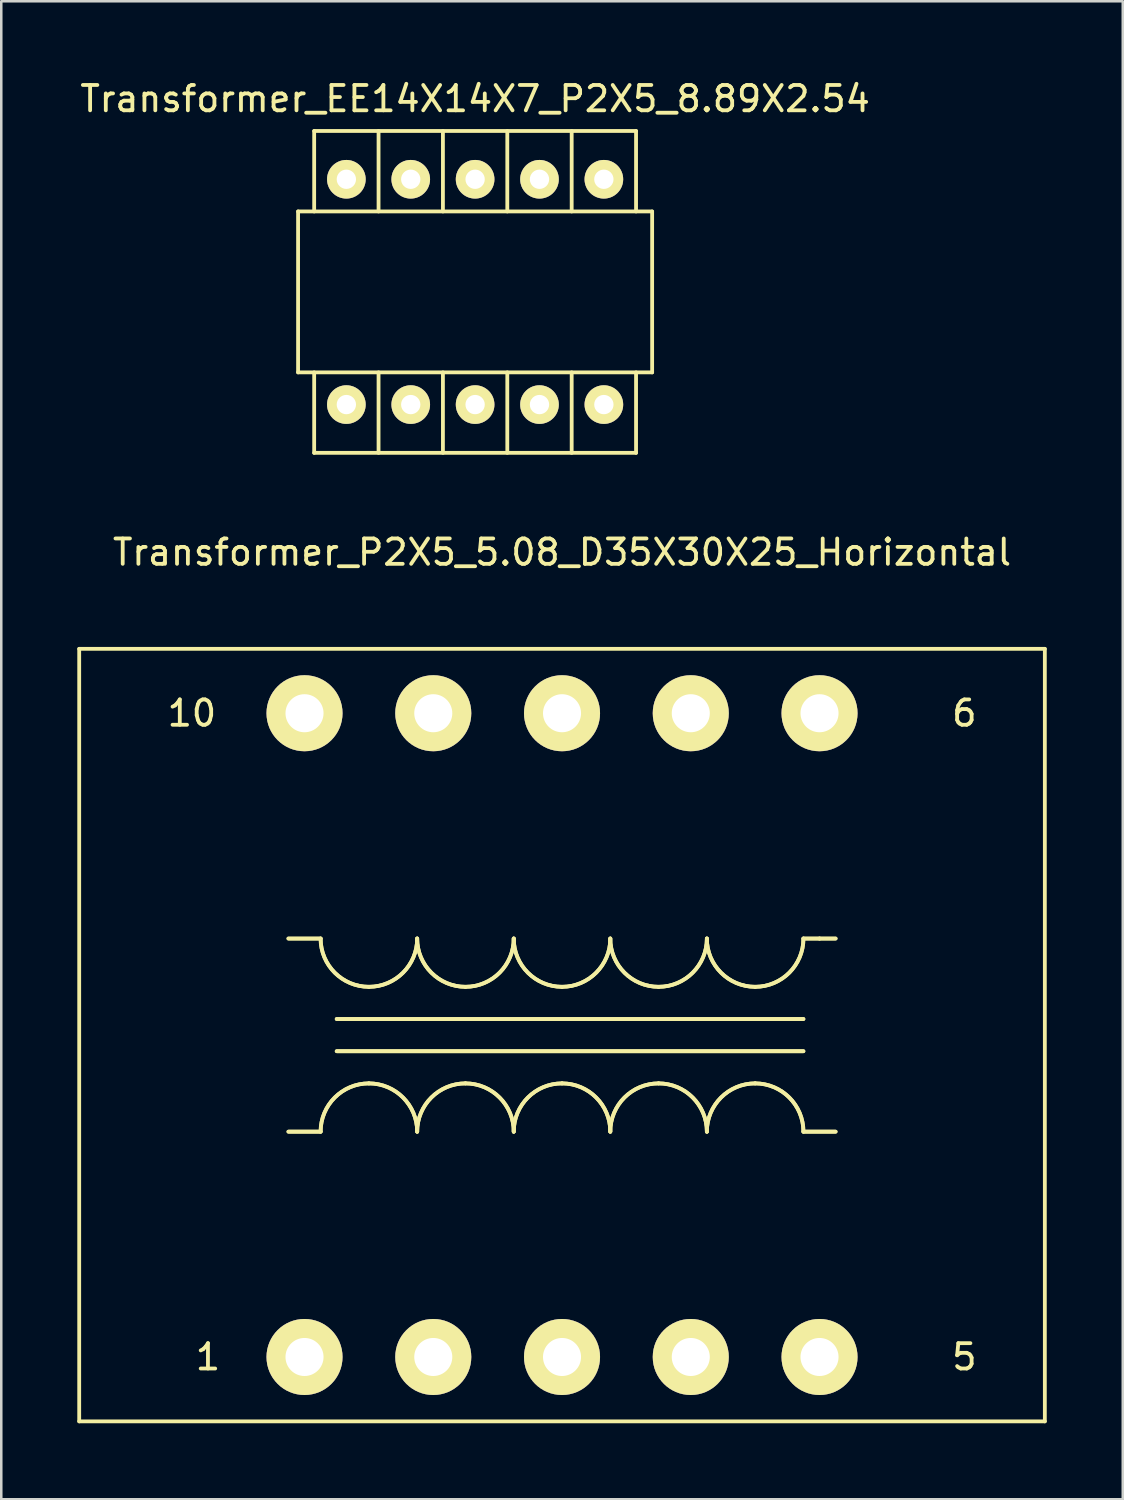
<source format=kicad_pcb>
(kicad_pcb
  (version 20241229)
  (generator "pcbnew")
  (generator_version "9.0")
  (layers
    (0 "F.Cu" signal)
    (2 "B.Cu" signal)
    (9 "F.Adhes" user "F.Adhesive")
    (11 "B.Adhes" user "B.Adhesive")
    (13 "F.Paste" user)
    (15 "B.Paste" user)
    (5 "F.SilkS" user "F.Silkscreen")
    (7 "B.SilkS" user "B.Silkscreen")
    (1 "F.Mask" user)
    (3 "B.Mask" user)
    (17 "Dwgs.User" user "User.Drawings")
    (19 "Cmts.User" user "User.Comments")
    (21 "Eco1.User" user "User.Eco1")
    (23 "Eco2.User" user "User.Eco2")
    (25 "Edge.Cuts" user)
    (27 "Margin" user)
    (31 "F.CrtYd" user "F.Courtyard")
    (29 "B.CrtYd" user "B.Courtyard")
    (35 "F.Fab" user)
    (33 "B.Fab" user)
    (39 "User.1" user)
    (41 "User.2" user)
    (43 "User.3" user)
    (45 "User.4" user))
  (footprint "Transformer_EE14X14X7_P2X5_8.89X2.54"
    (layer "F.Cu")
    (at 15.696 8.468)
    (property "Reference" "Transformer_EE14X14X7_P2X5_8.89X2.54" (at 0 -7.62 0) (layer "F.SilkS") (effects (font (size 1 1) (thickness 0.15))))
    (attr through_hole)
    (fp_line (start -6.985 -3.175) (end -6.985 3.175) (stroke (width 0.15) (type solid)) (layer "F.SilkS"))
    (fp_line (start -6.985 -3.175) (end 6.985 -3.175) (stroke (width 0.15) (type solid)) (layer "F.SilkS"))
    (fp_line (start -6.985 3.175) (end 6.985 3.175) (stroke (width 0.15) (type solid)) (layer "F.SilkS"))
    (fp_line (start -6.35 -6.35) (end 6.35 -6.35) (stroke (width 0.15) (type solid)) (layer "F.SilkS"))
    (fp_line (start -6.35 -3.175) (end -6.35 -6.35) (stroke (width 0.15) (type solid)) (layer "F.SilkS"))
    (fp_line (start -6.35 3.175) (end -6.35 6.35) (stroke (width 0.15) (type solid)) (layer "F.SilkS"))
    (fp_line (start -6.35 6.35) (end 6.35 6.35) (stroke (width 0.15) (type solid)) (layer "F.SilkS"))
    (fp_line (start -3.81 -3.175) (end -3.81 -6.35) (stroke (width 0.15) (type solid)) (layer "F.SilkS"))
    (fp_line (start -3.81 3.175) (end -3.81 6.35) (stroke (width 0.15) (type solid)) (layer "F.SilkS"))
    (fp_line (start -1.27 -3.175) (end -1.27 -6.35) (stroke (width 0.15) (type solid)) (layer "F.SilkS"))
    (fp_line (start -1.27 3.175) (end -1.27 6.35) (stroke (width 0.15) (type solid)) (layer "F.SilkS"))
    (fp_line (start 1.27 -3.175) (end 1.27 -6.35) (stroke (width 0.15) (type solid)) (layer "F.SilkS"))
    (fp_line (start 1.27 3.175) (end 1.27 6.35) (stroke (width 0.15) (type solid)) (layer "F.SilkS"))
    (fp_line (start 3.81 -3.175) (end 3.81 -6.35) (stroke (width 0.15) (type solid)) (layer "F.SilkS"))
    (fp_line (start 3.81 3.175) (end 3.81 6.35) (stroke (width 0.15) (type solid)) (layer "F.SilkS"))
    (fp_line (start 6.35 -3.175) (end 6.35 -6.35) (stroke (width 0.15) (type solid)) (layer "F.SilkS"))
    (fp_line (start 6.35 3.175) (end 6.35 6.35) (stroke (width 0.15) (type solid)) (layer "F.SilkS"))
    (fp_line (start 6.985 -3.175) (end 6.985 3.175) (stroke (width 0.15) (type solid)) (layer "F.SilkS"))
    (pad "1" thru_hole circle (at -5.08 4.445) (size 1.524 1.524) (drill 0.762) (layers "*.Cu" "*.Mask" "F.SilkS"))
    (pad "2" thru_hole circle (at -2.54 4.445) (size 1.524 1.524) (drill 0.762) (layers "*.Cu" "*.Mask" "F.SilkS"))
    (pad "3" thru_hole circle (at 0 4.445) (size 1.524 1.524) (drill 0.762) (layers "*.Cu" "*.Mask" "F.SilkS"))
    (pad "4" thru_hole circle (at 2.54 4.445) (size 1.524 1.524) (drill 0.762) (layers "*.Cu" "*.Mask" "F.SilkS"))
    (pad "5" thru_hole circle (at 5.08 4.445) (size 1.524 1.524) (drill 0.762) (layers "*.Cu" "*.Mask" "F.SilkS"))
    (pad "6" thru_hole circle (at 5.08 -4.445) (size 1.524 1.524) (drill 0.762) (layers "*.Cu" "*.Mask" "F.SilkS"))
    (pad "7" thru_hole circle (at 2.54 -4.445) (size 1.524 1.524) (drill 0.762) (layers "*.Cu" "*.Mask" "F.SilkS"))
    (pad "8" thru_hole circle (at 0 -4.445) (size 1.524 1.524) (drill 0.762) (layers "*.Cu" "*.Mask" "F.SilkS"))
    (pad "9" thru_hole circle (at -2.54 -4.445) (size 1.524 1.524) (drill 0.762) (layers "*.Cu" "*.Mask" "F.SilkS"))
    (pad "10" thru_hole circle (at -5.08 -4.445) (size 1.524 1.524) (drill 0.762) (layers "*.Cu" "*.Mask" "F.SilkS")))
  (footprint "Transformer_P2X5_5.08_D35X30X25_Horizontal"
    (layer "F.Cu")
    (at 19.125 37.791)
    (property "Reference" "Transformer_P2X5_5.08_D35X30X25_Horizontal" (at 0 -19.05 0) (layer "F.SilkS") (effects (font (size 1 1) (thickness 0.15))))
    (attr through_hole)
    (fp_line (start -19.05 -15.24) (end -19.05 15.24) (stroke (width 0.15) (type solid)) (layer "F.SilkS"))
    (fp_line (start -19.05 -15.24) (end 19.05 -15.24) (stroke (width 0.15) (type solid)) (layer "F.SilkS"))
    (fp_line (start -9.525 -3.81) (end -10.795 -3.81) (stroke (width 0.15) (type solid)) (layer "F.SilkS"))
    (fp_line (start -9.525 -3.81) (end -10.795 -3.81) (stroke (width 0.15) (type solid)) (layer "F.SilkS"))
    (fp_line (start -9.525 3.81) (end -10.795 3.81) (stroke (width 0.15) (type solid)) (layer "F.SilkS"))
    (fp_line (start -9.525 3.81) (end -10.795 3.81) (stroke (width 0.15) (type solid)) (layer "F.SilkS"))
    (fp_line (start -8.89 -0.635) (end 9.525 -0.635) (stroke (width 0.15) (type solid)) (layer "F.SilkS"))
    (fp_line (start -8.89 -0.635) (end 9.525 -0.635) (stroke (width 0.15) (type solid)) (layer "F.SilkS"))
    (fp_line (start -8.89 0.635) (end 9.525 0.635) (stroke (width 0.15) (type solid)) (layer "F.SilkS"))
    (fp_line (start -8.89 0.635) (end 9.525 0.635) (stroke (width 0.15) (type solid)) (layer "F.SilkS"))
    (fp_line (start 9.525 -3.81) (end 10.16 -3.81) (stroke (width 0.15) (type solid)) (layer "F.SilkS"))
    (fp_line (start 9.525 -3.81) (end 10.16 -3.81) (stroke (width 0.15) (type solid)) (layer "F.SilkS"))
    (fp_line (start 9.525 3.81) (end 10.795 3.81) (stroke (width 0.15) (type solid)) (layer "F.SilkS"))
    (fp_line (start 9.525 3.81) (end 10.795 3.81) (stroke (width 0.15) (type solid)) (layer "F.SilkS"))
    (fp_line (start 10.16 -3.81) (end 10.795 -3.81) (stroke (width 0.15) (type solid)) (layer "F.SilkS"))
    (fp_line (start 10.16 -3.81) (end 10.795 -3.81) (stroke (width 0.15) (type solid)) (layer "F.SilkS"))
    (fp_line (start 19.05 -15.24) (end 19.05 15.24) (stroke (width 0.15) (type solid)) (layer "F.SilkS"))
    (fp_line (start 19.05 15.24) (end -19.05 15.24) (stroke (width 0.15) (type solid)) (layer "F.SilkS"))
    (fp_arc (start -9.525 3.81) (mid -8.967038 2.462962) (end -7.62 1.905) (stroke (width 0.15) (type solid)) (layer "F.SilkS"))
    (fp_arc (start -9.525 3.81) (mid -8.967038 2.462962) (end -7.62 1.905) (stroke (width 0.15) (type solid)) (layer "F.SilkS"))
    (fp_arc (start -7.62 -1.905) (mid -8.967038 -2.462962) (end -9.525 -3.81) (stroke (width 0.15) (type solid)) (layer "F.SilkS"))
    (fp_arc (start -7.62 -1.905) (mid -8.967038 -2.462962) (end -9.525 -3.81) (stroke (width 0.15) (type solid)) (layer "F.SilkS"))
    (fp_arc (start -7.62 1.905) (mid -6.272962 2.462962) (end -5.715 3.81) (stroke (width 0.15) (type solid)) (layer "F.SilkS"))
    (fp_arc (start -7.62 1.905) (mid -6.272962 2.462962) (end -5.715 3.81) (stroke (width 0.15) (type solid)) (layer "F.SilkS"))
    (fp_arc (start -5.715 -3.81) (mid -6.272962 -2.462962) (end -7.62 -1.905) (stroke (width 0.15) (type solid)) (layer "F.SilkS"))
    (fp_arc (start -5.715 -3.81) (mid -6.272962 -2.462962) (end -7.62 -1.905) (stroke (width 0.15) (type solid)) (layer "F.SilkS"))
    (fp_arc (start -5.715 3.81) (mid -5.157038 2.462962) (end -3.81 1.905) (stroke (width 0.15) (type solid)) (layer "F.SilkS"))
    (fp_arc (start -5.715 3.81) (mid -5.157038 2.462962) (end -3.81 1.905) (stroke (width 0.15) (type solid)) (layer "F.SilkS"))
    (fp_arc (start -3.81 -1.905) (mid -5.157038 -2.462962) (end -5.715 -3.81) (stroke (width 0.15) (type solid)) (layer "F.SilkS"))
    (fp_arc (start -3.81 -1.905) (mid -5.157038 -2.462962) (end -5.715 -3.81) (stroke (width 0.15) (type solid)) (layer "F.SilkS"))
    (fp_arc (start -3.81 1.905) (mid -2.462962 2.462962) (end -1.905 3.81) (stroke (width 0.15) (type solid)) (layer "F.SilkS"))
    (fp_arc (start -3.81 1.905) (mid -2.462962 2.462962) (end -1.905 3.81) (stroke (width 0.15) (type solid)) (layer "F.SilkS"))
    (fp_arc (start -1.905 -3.81) (mid -2.462962 -2.462962) (end -3.81 -1.905) (stroke (width 0.15) (type solid)) (layer "F.SilkS"))
    (fp_arc (start -1.905 -3.81) (mid -2.462962 -2.462962) (end -3.81 -1.905) (stroke (width 0.15) (type solid)) (layer "F.SilkS"))
    (fp_arc (start -1.905 3.81) (mid -1.347038 2.462962) (end 0 1.905) (stroke (width 0.15) (type solid)) (layer "F.SilkS"))
    (fp_arc (start -1.905 3.81) (mid -1.347038 2.462962) (end 0 1.905) (stroke (width 0.15) (type solid)) (layer "F.SilkS"))
    (fp_arc (start 0 -1.905) (mid -1.347038 -2.462962) (end -1.905 -3.81) (stroke (width 0.15) (type solid)) (layer "F.SilkS"))
    (fp_arc (start 0 -1.905) (mid -1.347038 -2.462962) (end -1.905 -3.81) (stroke (width 0.15) (type solid)) (layer "F.SilkS"))
    (fp_arc (start 0 1.905) (mid 1.347038 2.462962) (end 1.905 3.81) (stroke (width 0.15) (type solid)) (layer "F.SilkS"))
    (fp_arc (start 0 1.905) (mid 1.347038 2.462962) (end 1.905 3.81) (stroke (width 0.15) (type solid)) (layer "F.SilkS"))
    (fp_arc (start 1.905 -3.81) (mid 1.347038 -2.462962) (end 0 -1.905) (stroke (width 0.15) (type solid)) (layer "F.SilkS"))
    (fp_arc (start 1.905 -3.81) (mid 1.347038 -2.462962) (end 0 -1.905) (stroke (width 0.15) (type solid)) (layer "F.SilkS"))
    (fp_arc (start 1.905 3.81) (mid 2.462962 2.462962) (end 3.81 1.905) (stroke (width 0.15) (type solid)) (layer "F.SilkS"))
    (fp_arc (start 1.905 3.81) (mid 2.462962 2.462962) (end 3.81 1.905) (stroke (width 0.15) (type solid)) (layer "F.SilkS"))
    (fp_arc (start 3.81 -1.905) (mid 2.462962 -2.462962) (end 1.905 -3.81) (stroke (width 0.15) (type solid)) (layer "F.SilkS"))
    (fp_arc (start 3.81 -1.905) (mid 2.462962 -2.462962) (end 1.905 -3.81) (stroke (width 0.15) (type solid)) (layer "F.SilkS"))
    (fp_arc (start 3.81 1.905) (mid 5.157038 2.462962) (end 5.715 3.81) (stroke (width 0.15) (type solid)) (layer "F.SilkS"))
    (fp_arc (start 3.81 1.905) (mid 5.157038 2.462962) (end 5.715 3.81) (stroke (width 0.15) (type solid)) (layer "F.SilkS"))
    (fp_arc (start 5.715 -3.81) (mid 5.157038 -2.462962) (end 3.81 -1.905) (stroke (width 0.15) (type solid)) (layer "F.SilkS"))
    (fp_arc (start 5.715 -3.81) (mid 5.157038 -2.462962) (end 3.81 -1.905) (stroke (width 0.15) (type solid)) (layer "F.SilkS"))
    (fp_arc (start 5.715 3.81) (mid 6.272962 2.462962) (end 7.62 1.905) (stroke (width 0.15) (type solid)) (layer "F.SilkS"))
    (fp_arc (start 5.715 3.81) (mid 6.272962 2.462962) (end 7.62 1.905) (stroke (width 0.15) (type solid)) (layer "F.SilkS"))
    (fp_arc (start 7.62 -1.905) (mid 6.272962 -2.462962) (end 5.715 -3.81) (stroke (width 0.15) (type solid)) (layer "F.SilkS"))
    (fp_arc (start 7.62 -1.905) (mid 6.272962 -2.462962) (end 5.715 -3.81) (stroke (width 0.15) (type solid)) (layer "F.SilkS"))
    (fp_arc (start 7.62 1.905) (mid 8.967038 2.462962) (end 9.525 3.81) (stroke (width 0.15) (type solid)) (layer "F.SilkS"))
    (fp_arc (start 7.62 1.905) (mid 8.967038 2.462962) (end 9.525 3.81) (stroke (width 0.15) (type solid)) (layer "F.SilkS"))
    (fp_arc (start 9.525 -3.81) (mid 8.967038 -2.462962) (end 7.62 -1.905) (stroke (width 0.15) (type solid)) (layer "F.SilkS"))
    (fp_arc (start 9.525 -3.81) (mid 8.967038 -2.462962) (end 7.62 -1.905) (stroke (width 0.15) (type solid)) (layer "F.SilkS"))
    (fp_text user "10" (at -14.605 -12.7 0) (layer "F.SilkS") (effects (font (size 1 1) (thickness 0.15))))
    (fp_text user "6" (at 15.875 -12.7 0) (layer "F.SilkS") (effects (font (size 1 1) (thickness 0.15))))
    (fp_text user "5" (at 15.875 12.7 0) (layer "F.SilkS") (effects (font (size 1 1) (thickness 0.15))))
    (fp_text user "1" (at -13.97 12.7 0) (layer "F.SilkS") (effects (font (size 1 1) (thickness 0.15))))
    (pad "1" thru_hole circle (at -10.16 12.7 90) (size 3 3) (drill 1.501) (layers "*.Cu" "*.Mask" "F.SilkS"))
    (pad "2" thru_hole circle (at -5.08 12.7 90) (size 3 3) (drill 1.501) (layers "*.Cu" "*.Mask" "F.SilkS"))
    (pad "3" thru_hole circle (at 0 12.7 90) (size 3 3) (drill 1.501) (layers "*.Cu" "*.Mask" "F.SilkS"))
    (pad "4" thru_hole circle (at 5.08 12.7 90) (size 3 3) (drill 1.501) (layers "*.Cu" "*.Mask" "F.SilkS"))
    (pad "5" thru_hole circle (at 10.16 12.7 90) (size 3 3) (drill 1.501) (layers "*.Cu" "*.Mask" "F.SilkS"))
    (pad "6" thru_hole circle (at 10.16 -12.7 90) (size 3 3) (drill 1.501) (layers "*.Cu" "*.Mask" "F.SilkS"))
    (pad "7" thru_hole circle (at 5.08 -12.7 90) (size 3 3) (drill 1.501) (layers "*.Cu" "*.Mask" "F.SilkS"))
    (pad "8" thru_hole circle (at 0 -12.7 90) (size 3 3) (drill 1.501) (layers "*.Cu" "*.Mask" "F.SilkS"))
    (pad "9" thru_hole circle (at -5.08 -12.7 90) (size 3 3) (drill 1.501) (layers "*.Cu" "*.Mask" "F.SilkS"))
    (pad "10" thru_hole circle (at -10.16 -12.7 90) (size 3 3) (drill 1.501) (layers "*.Cu" "*.Mask" "F.SilkS")))
  (gr_rect
    (start -3 -3)
    (end 41.25 56.106)
    (stroke (width 0.1) (type default))
    (fill no)
    (layer "Edge.Cuts")))
</source>
